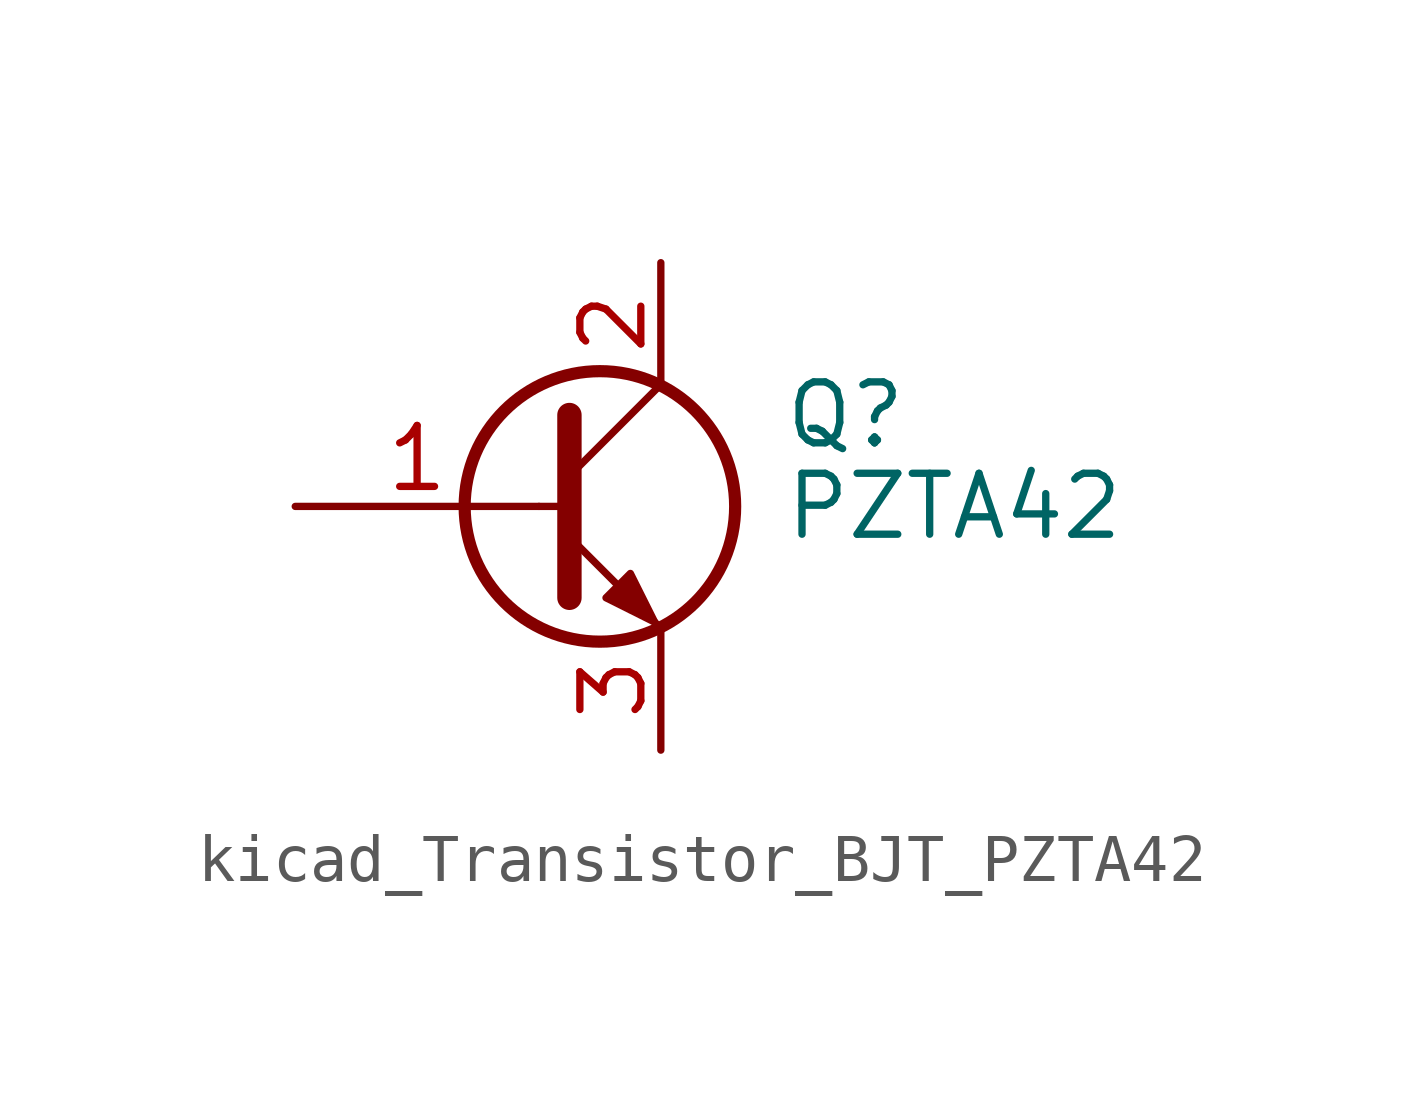
<source format=kicad_sym>
(kicad_symbol_lib
  (version 20220914)
  (generator kicad_symbol_editor)
  (symbol "kicad_Transistor_BJT_PZTA42"
    (pin_names
      (offset 0) hide)
    (property "Reference" "Q"
      (at 5.08 1.905 0)
      (effects (font (size 1.27 1.27)) (justify left)))
    (property "Value" "PZTA42"
      (at 5.08 0 0)
      (effects (font (size 1.27 1.27)) (justify left)))
    (symbol "kicad_Transistor_BJT_PZTA42_0_1"
      (polyline (pts (xy 0 0) (xy 0.635 0)) (stroke (width 0) (type default)) (fill (type none)))
      (polyline (pts (xy 2.54 -2.54) (xy 0.635 -0.635)) (stroke (width 0) (type default)) (fill (type none)))
      (polyline (pts (xy 2.54 2.54) (xy 0.635 0.635)) (stroke (width 0) (type default)) (fill (type none)))
      (polyline (pts (xy 0.635 1.905) (xy 0.635 -1.905) (xy 0.635 -1.905)) (stroke (width 0.508) (type default)) (fill (type none)))
      (polyline (pts (xy 2.286 -2.286) (xy 1.778 -1.778) (xy 1.778 -1.778)) (stroke (width 0) (type default)) (fill (type none)))
      (polyline (pts (xy 1.397 -1.905) (xy 1.905 -1.397) (xy 2.413 -2.413) (xy 1.397 -1.905) (xy 1.397 -1.905)) (stroke (width 0) (type default)) (fill (type outline)))
      (circle (center 1.27 0) (radius 2.819) (stroke (width 0.254) (type default)) (fill (type none))))
    (symbol "kicad_Transistor_BJT_PZTA42_1_1"
      (pin input line (at -5.08 0 0) (length 5.08) (name "B" (effects (font (size 1.27 1.27)))) (number "1" (effects (font (size 1.27 1.27)))))
      (pin passive line (at 2.54 5.08 270) (length 2.54) (name "C" (effects (font (size 1.27 1.27)))) (number "2" (effects (font (size 1.27 1.27)))))
      (pin passive line (at 2.54 -5.08 90) (length 2.54) (name "E" (effects (font (size 1.27 1.27)))) (number "3" (effects (font (size 1.27 1.27))))))))
</source>
